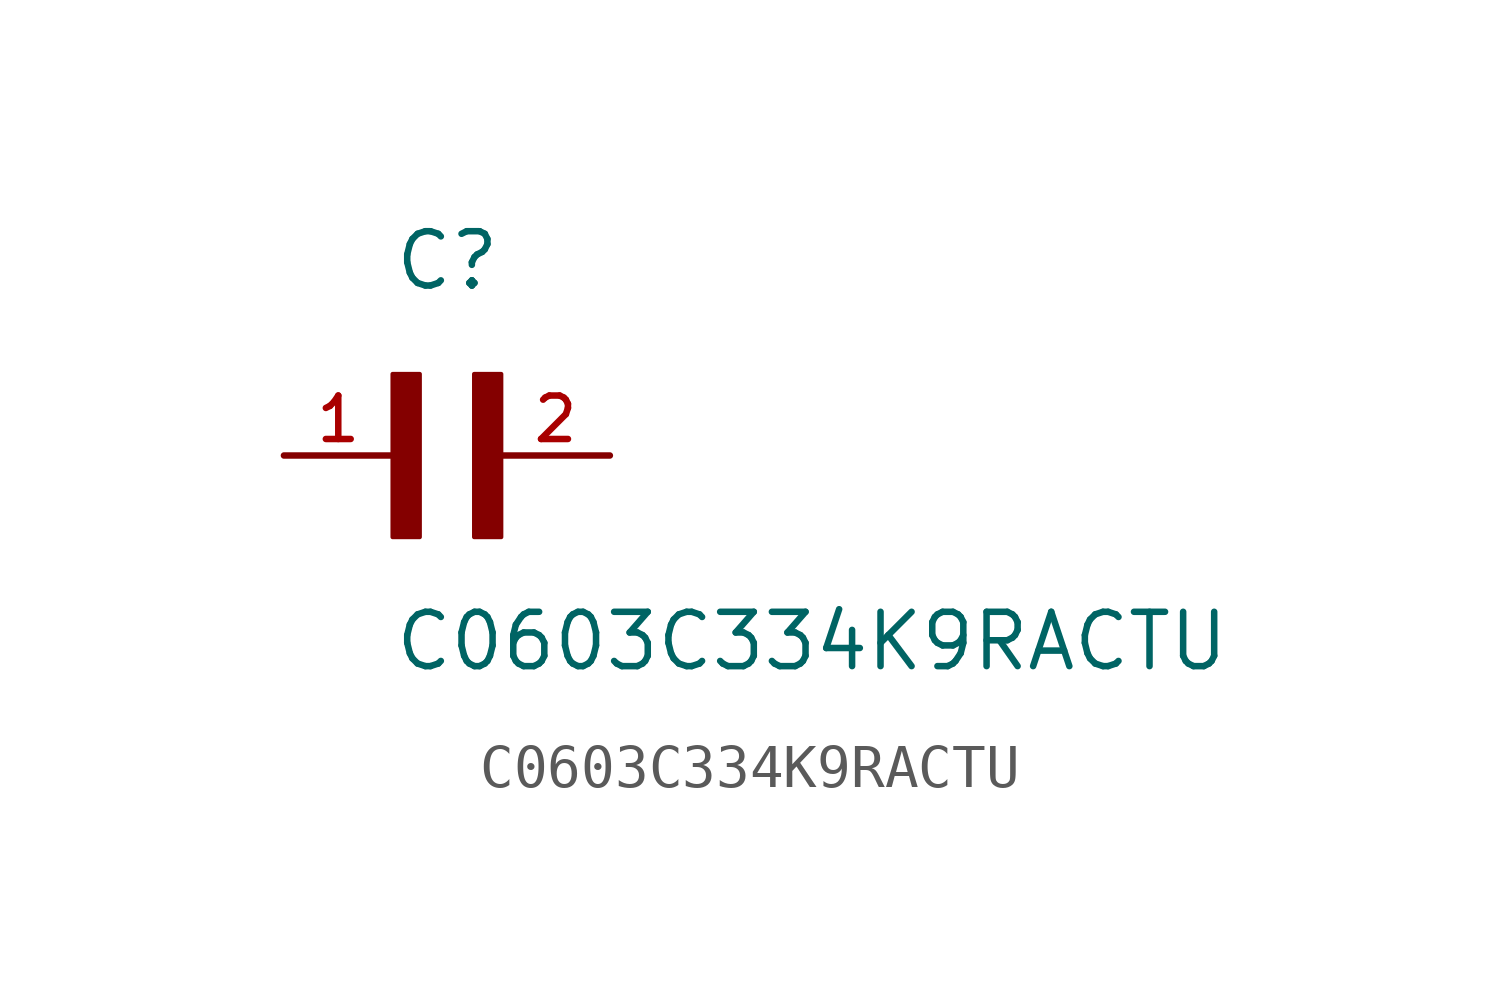
<source format=kicad_sym>
(kicad_symbol_lib
  (version 20211014)
  (generator kicad_symbol_editor)
  (symbol "C0603C334K9RACTU"
    (pin_names
      (offset 1.016))
    (property "Reference" "C"
      (at 0.0 3.811 0)
      (effects (font (size 1.27 1.27)) (justify bottom left)))
    (property "Value" "C0603C334K9RACTU"
      (at 0.0 -5.088 0)
      (effects (font (size 1.27 1.27)) (justify bottom left)))
    (symbol "C0603C334K9RACTU_0_0"
      (rectangle (start 0.0 -1.907) (end 0.635 1.905) (stroke (width 0.1)) (fill (type outline)))
      (rectangle (start 1.907 -1.907) (end 2.54 1.905) (stroke (width 0.1)) (fill (type outline)))
      (pin passive line (at 5.08 0.0 180.0) (length 2.54) (name "~" (effects (font (size 1.016 1.016)))) (number "2" (effects (font (size 1.016 1.016)))))
      (pin passive line (at -2.54 0.0 0) (length 2.54) (name "~" (effects (font (size 1.016 1.016)))) (number "1" (effects (font (size 1.016 1.016))))))))
</source>
